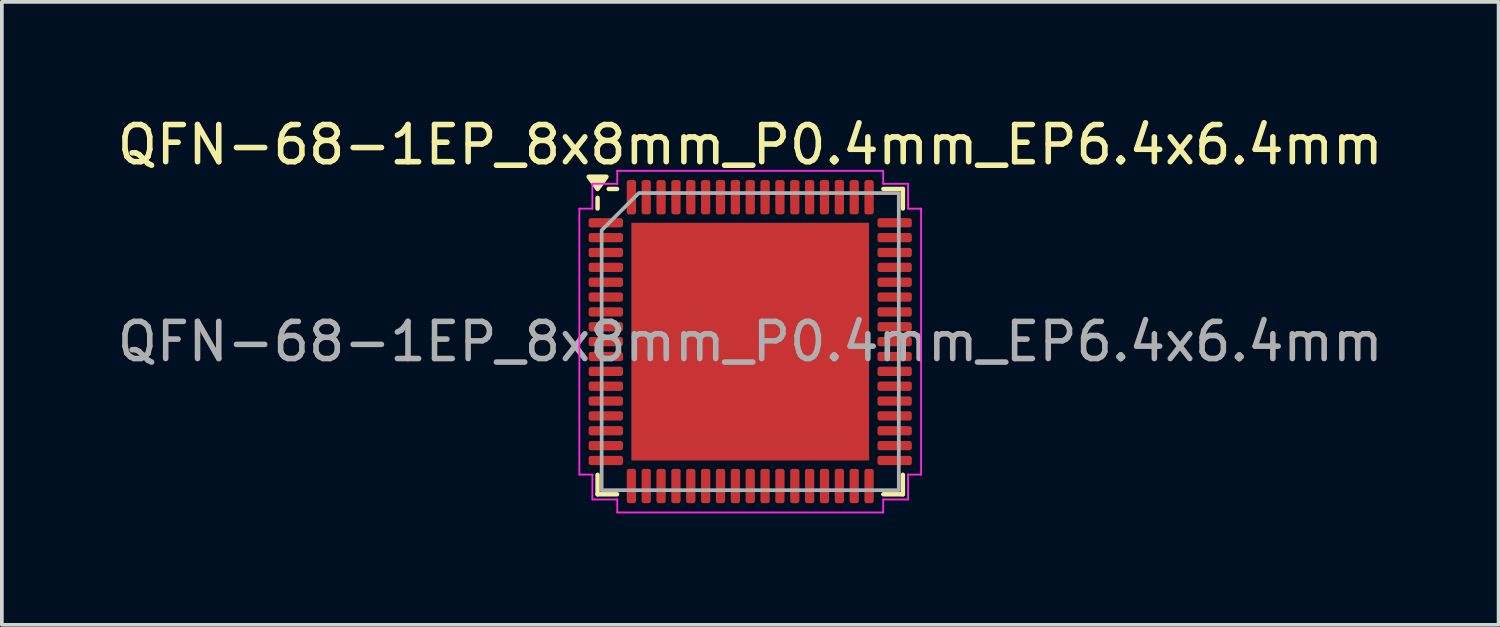
<source format=kicad_pcb>
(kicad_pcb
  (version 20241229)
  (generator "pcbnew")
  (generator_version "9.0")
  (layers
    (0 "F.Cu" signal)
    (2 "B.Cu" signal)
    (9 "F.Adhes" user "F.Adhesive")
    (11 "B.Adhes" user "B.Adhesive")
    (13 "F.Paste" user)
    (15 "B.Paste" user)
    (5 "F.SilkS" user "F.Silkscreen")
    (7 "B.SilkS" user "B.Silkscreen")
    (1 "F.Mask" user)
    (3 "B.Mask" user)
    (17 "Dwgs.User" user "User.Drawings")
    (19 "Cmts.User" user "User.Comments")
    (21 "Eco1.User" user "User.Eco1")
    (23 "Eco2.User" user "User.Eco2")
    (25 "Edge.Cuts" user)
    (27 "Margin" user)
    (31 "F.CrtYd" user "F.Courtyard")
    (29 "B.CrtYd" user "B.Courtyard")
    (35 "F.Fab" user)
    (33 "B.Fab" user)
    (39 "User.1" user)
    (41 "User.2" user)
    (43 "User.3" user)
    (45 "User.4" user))
  (footprint "QFN-68-1EP_8x8mm_P0.4mm_EP6.4x6.4mm"
    (layer "F.Cu")
    (at 17.149 6.148)
    (property "Reference" "QFN-68-1EP_8x8mm_P0.4mm_EP6.4x6.4mm" (at 0 -5.3 0) (layer "F.SilkS") (effects (font (size 1 1) (thickness 0.15))))
    (attr smd)
    (fp_line (start -4.11 -3.585) (end -4.11 -3.87) (stroke (width 0.12) (type solid)) (layer "F.SilkS"))
    (fp_line (start -4.11 4.11) (end -4.11 3.585) (stroke (width 0.12) (type solid)) (layer "F.SilkS"))
    (fp_line (start -3.585 -4.11) (end -3.81 -4.11) (stroke (width 0.12) (type solid)) (layer "F.SilkS"))
    (fp_line (start -3.585 4.11) (end -4.11 4.11) (stroke (width 0.12) (type solid)) (layer "F.SilkS"))
    (fp_line (start 3.585 -4.11) (end 4.11 -4.11) (stroke (width 0.12) (type solid)) (layer "F.SilkS"))
    (fp_line (start 3.585 4.11) (end 4.11 4.11) (stroke (width 0.12) (type solid)) (layer "F.SilkS"))
    (fp_line (start 4.11 -4.11) (end 4.11 -3.585) (stroke (width 0.12) (type solid)) (layer "F.SilkS"))
    (fp_line (start 4.11 4.11) (end 4.11 3.585) (stroke (width 0.12) (type solid)) (layer "F.SilkS"))
    (fp_poly (pts (xy -4.11 -4.11) (xy -4.35 -4.44) (xy -3.87 -4.44)) (stroke (width 0.12) (type solid)) (fill yes) (layer "F.SilkS"))
    (fp_line (start -4.6 -3.58) (end -4.25 -3.58) (stroke (width 0.05) (type solid)) (layer "F.CrtYd"))
    (fp_line (start -4.6 3.58) (end -4.6 -3.58) (stroke (width 0.05) (type solid)) (layer "F.CrtYd"))
    (fp_line (start -4.25 -4.25) (end -3.58 -4.25) (stroke (width 0.05) (type solid)) (layer "F.CrtYd"))
    (fp_line (start -4.25 -3.58) (end -4.25 -4.25) (stroke (width 0.05) (type solid)) (layer "F.CrtYd"))
    (fp_line (start -4.25 3.58) (end -4.6 3.58) (stroke (width 0.05) (type solid)) (layer "F.CrtYd"))
    (fp_line (start -4.25 4.25) (end -4.25 3.58) (stroke (width 0.05) (type solid)) (layer "F.CrtYd"))
    (fp_line (start -3.58 -4.6) (end 3.58 -4.6) (stroke (width 0.05) (type solid)) (layer "F.CrtYd"))
    (fp_line (start -3.58 -4.25) (end -3.58 -4.6) (stroke (width 0.05) (type solid)) (layer "F.CrtYd"))
    (fp_line (start -3.58 4.25) (end -4.25 4.25) (stroke (width 0.05) (type solid)) (layer "F.CrtYd"))
    (fp_line (start -3.58 4.6) (end -3.58 4.25) (stroke (width 0.05) (type solid)) (layer "F.CrtYd"))
    (fp_line (start 3.58 -4.6) (end 3.58 -4.25) (stroke (width 0.05) (type solid)) (layer "F.CrtYd"))
    (fp_line (start 3.58 -4.25) (end 4.25 -4.25) (stroke (width 0.05) (type solid)) (layer "F.CrtYd"))
    (fp_line (start 3.58 4.25) (end 3.58 4.6) (stroke (width 0.05) (type solid)) (layer "F.CrtYd"))
    (fp_line (start 3.58 4.6) (end -3.58 4.6) (stroke (width 0.05) (type solid)) (layer "F.CrtYd"))
    (fp_line (start 4.25 -4.25) (end 4.25 -3.58) (stroke (width 0.05) (type solid)) (layer "F.CrtYd"))
    (fp_line (start 4.25 -3.58) (end 4.6 -3.58) (stroke (width 0.05) (type solid)) (layer "F.CrtYd"))
    (fp_line (start 4.25 3.58) (end 4.25 4.25) (stroke (width 0.05) (type solid)) (layer "F.CrtYd"))
    (fp_line (start 4.25 4.25) (end 3.58 4.25) (stroke (width 0.05) (type solid)) (layer "F.CrtYd"))
    (fp_line (start 4.6 -3.58) (end 4.6 3.58) (stroke (width 0.05) (type solid)) (layer "F.CrtYd"))
    (fp_line (start 4.6 3.58) (end 4.25 3.58) (stroke (width 0.05) (type solid)) (layer "F.CrtYd"))
    (fp_poly (pts (xy -4 -3) (xy -4 4) (xy 4 4) (xy 4 -4) (xy -3 -4)) (stroke (width 0.1) (type solid)) (fill no) (layer "F.Fab"))
    (fp_text user "${REFERENCE}" (at 0 0 0) (layer "F.Fab") (effects (font (size 1 1) (thickness 0.15))))
    (pad "" smd roundrect (at -2.4 -2.4) (size 1.29 1.29) (layers "F.Paste") (roundrect_rratio 0.194))
    (pad "" smd roundrect (at -2.4 -0.8) (size 1.29 1.29) (layers "F.Paste") (roundrect_rratio 0.194))
    (pad "" smd roundrect (at -2.4 0.8) (size 1.29 1.29) (layers "F.Paste") (roundrect_rratio 0.194))
    (pad "" smd roundrect (at -2.4 2.4) (size 1.29 1.29) (layers "F.Paste") (roundrect_rratio 0.194))
    (pad "" smd roundrect (at -0.8 -2.4) (size 1.29 1.29) (layers "F.Paste") (roundrect_rratio 0.194))
    (pad "" smd roundrect (at -0.8 -0.8) (size 1.29 1.29) (layers "F.Paste") (roundrect_rratio 0.194))
    (pad "" smd roundrect (at -0.8 0.8) (size 1.29 1.29) (layers "F.Paste") (roundrect_rratio 0.194))
    (pad "" smd roundrect (at -0.8 2.4) (size 1.29 1.29) (layers "F.Paste") (roundrect_rratio 0.194))
    (pad "" smd roundrect (at 0.8 -2.4) (size 1.29 1.29) (layers "F.Paste") (roundrect_rratio 0.194))
    (pad "" smd roundrect (at 0.8 -0.8) (size 1.29 1.29) (layers "F.Paste") (roundrect_rratio 0.194))
    (pad "" smd roundrect (at 0.8 0.8) (size 1.29 1.29) (layers "F.Paste") (roundrect_rratio 0.194))
    (pad "" smd roundrect (at 0.8 2.4) (size 1.29 1.29) (layers "F.Paste") (roundrect_rratio 0.194))
    (pad "" smd roundrect (at 2.4 -2.4) (size 1.29 1.29) (layers "F.Paste") (roundrect_rratio 0.194))
    (pad "" smd roundrect (at 2.4 -0.8) (size 1.29 1.29) (layers "F.Paste") (roundrect_rratio 0.194))
    (pad "" smd roundrect (at 2.4 0.8) (size 1.29 1.29) (layers "F.Paste") (roundrect_rratio 0.194))
    (pad "" smd roundrect (at 2.4 2.4) (size 1.29 1.29) (layers "F.Paste") (roundrect_rratio 0.194))
    (pad "1" smd roundrect (at -3.888 -3.2) (size 0.925 0.25) (layers "F.Cu" "F.Mask" "F.Paste") (roundrect_rratio 0.25))
    (pad "2" smd roundrect (at -3.888 -2.8) (size 0.925 0.25) (layers "F.Cu" "F.Mask" "F.Paste") (roundrect_rratio 0.25))
    (pad "3" smd roundrect (at -3.888 -2.4) (size 0.925 0.25) (layers "F.Cu" "F.Mask" "F.Paste") (roundrect_rratio 0.25))
    (pad "4" smd roundrect (at -3.888 -2) (size 0.925 0.25) (layers "F.Cu" "F.Mask" "F.Paste") (roundrect_rratio 0.25))
    (pad "5" smd roundrect (at -3.888 -1.6) (size 0.925 0.25) (layers "F.Cu" "F.Mask" "F.Paste") (roundrect_rratio 0.25))
    (pad "6" smd roundrect (at -3.888 -1.2) (size 0.925 0.25) (layers "F.Cu" "F.Mask" "F.Paste") (roundrect_rratio 0.25))
    (pad "7" smd roundrect (at -3.888 -0.8) (size 0.925 0.25) (layers "F.Cu" "F.Mask" "F.Paste") (roundrect_rratio 0.25))
    (pad "8" smd roundrect (at -3.888 -0.4) (size 0.925 0.25) (layers "F.Cu" "F.Mask" "F.Paste") (roundrect_rratio 0.25))
    (pad "9" smd roundrect (at -3.888 0) (size 0.925 0.25) (layers "F.Cu" "F.Mask" "F.Paste") (roundrect_rratio 0.25))
    (pad "10" smd roundrect (at -3.888 0.4) (size 0.925 0.25) (layers "F.Cu" "F.Mask" "F.Paste") (roundrect_rratio 0.25))
    (pad "11" smd roundrect (at -3.888 0.8) (size 0.925 0.25) (layers "F.Cu" "F.Mask" "F.Paste") (roundrect_rratio 0.25))
    (pad "12" smd roundrect (at -3.888 1.2) (size 0.925 0.25) (layers "F.Cu" "F.Mask" "F.Paste") (roundrect_rratio 0.25))
    (pad "13" smd roundrect (at -3.888 1.6) (size 0.925 0.25) (layers "F.Cu" "F.Mask" "F.Paste") (roundrect_rratio 0.25))
    (pad "14" smd roundrect (at -3.888 2) (size 0.925 0.25) (layers "F.Cu" "F.Mask" "F.Paste") (roundrect_rratio 0.25))
    (pad "15" smd roundrect (at -3.888 2.4) (size 0.925 0.25) (layers "F.Cu" "F.Mask" "F.Paste") (roundrect_rratio 0.25))
    (pad "16" smd roundrect (at -3.888 2.8) (size 0.925 0.25) (layers "F.Cu" "F.Mask" "F.Paste") (roundrect_rratio 0.25))
    (pad "17" smd roundrect (at -3.888 3.2) (size 0.925 0.25) (layers "F.Cu" "F.Mask" "F.Paste") (roundrect_rratio 0.25))
    (pad "18" smd roundrect (at -3.2 3.888) (size 0.25 0.925) (layers "F.Cu" "F.Mask" "F.Paste") (roundrect_rratio 0.25))
    (pad "19" smd roundrect (at -2.8 3.888) (size 0.25 0.925) (layers "F.Cu" "F.Mask" "F.Paste") (roundrect_rratio 0.25))
    (pad "20" smd roundrect (at -2.4 3.888) (size 0.25 0.925) (layers "F.Cu" "F.Mask" "F.Paste") (roundrect_rratio 0.25))
    (pad "21" smd roundrect (at -2 3.888) (size 0.25 0.925) (layers "F.Cu" "F.Mask" "F.Paste") (roundrect_rratio 0.25))
    (pad "22" smd roundrect (at -1.6 3.888) (size 0.25 0.925) (layers "F.Cu" "F.Mask" "F.Paste") (roundrect_rratio 0.25))
    (pad "23" smd roundrect (at -1.2 3.888) (size 0.25 0.925) (layers "F.Cu" "F.Mask" "F.Paste") (roundrect_rratio 0.25))
    (pad "24" smd roundrect (at -0.8 3.888) (size 0.25 0.925) (layers "F.Cu" "F.Mask" "F.Paste") (roundrect_rratio 0.25))
    (pad "25" smd roundrect (at -0.4 3.888) (size 0.25 0.925) (layers "F.Cu" "F.Mask" "F.Paste") (roundrect_rratio 0.25))
    (pad "26" smd roundrect (at 0 3.888) (size 0.25 0.925) (layers "F.Cu" "F.Mask" "F.Paste") (roundrect_rratio 0.25))
    (pad "27" smd roundrect (at 0.4 3.888) (size 0.25 0.925) (layers "F.Cu" "F.Mask" "F.Paste") (roundrect_rratio 0.25))
    (pad "28" smd roundrect (at 0.8 3.888) (size 0.25 0.925) (layers "F.Cu" "F.Mask" "F.Paste") (roundrect_rratio 0.25))
    (pad "29" smd roundrect (at 1.2 3.888) (size 0.25 0.925) (layers "F.Cu" "F.Mask" "F.Paste") (roundrect_rratio 0.25))
    (pad "30" smd roundrect (at 1.6 3.888) (size 0.25 0.925) (layers "F.Cu" "F.Mask" "F.Paste") (roundrect_rratio 0.25))
    (pad "31" smd roundrect (at 2 3.888) (size 0.25 0.925) (layers "F.Cu" "F.Mask" "F.Paste") (roundrect_rratio 0.25))
    (pad "32" smd roundrect (at 2.4 3.888) (size 0.25 0.925) (layers "F.Cu" "F.Mask" "F.Paste") (roundrect_rratio 0.25))
    (pad "33" smd roundrect (at 2.8 3.888) (size 0.25 0.925) (layers "F.Cu" "F.Mask" "F.Paste") (roundrect_rratio 0.25))
    (pad "34" smd roundrect (at 3.2 3.888) (size 0.25 0.925) (layers "F.Cu" "F.Mask" "F.Paste") (roundrect_rratio 0.25))
    (pad "35" smd roundrect (at 3.888 3.2) (size 0.925 0.25) (layers "F.Cu" "F.Mask" "F.Paste") (roundrect_rratio 0.25))
    (pad "36" smd roundrect (at 3.888 2.8) (size 0.925 0.25) (layers "F.Cu" "F.Mask" "F.Paste") (roundrect_rratio 0.25))
    (pad "37" smd roundrect (at 3.888 2.4) (size 0.925 0.25) (layers "F.Cu" "F.Mask" "F.Paste") (roundrect_rratio 0.25))
    (pad "38" smd roundrect (at 3.888 2) (size 0.925 0.25) (layers "F.Cu" "F.Mask" "F.Paste") (roundrect_rratio 0.25))
    (pad "39" smd roundrect (at 3.888 1.6) (size 0.925 0.25) (layers "F.Cu" "F.Mask" "F.Paste") (roundrect_rratio 0.25))
    (pad "40" smd roundrect (at 3.888 1.2) (size 0.925 0.25) (layers "F.Cu" "F.Mask" "F.Paste") (roundrect_rratio 0.25))
    (pad "41" smd roundrect (at 3.888 0.8) (size 0.925 0.25) (layers "F.Cu" "F.Mask" "F.Paste") (roundrect_rratio 0.25))
    (pad "42" smd roundrect (at 3.888 0.4) (size 0.925 0.25) (layers "F.Cu" "F.Mask" "F.Paste") (roundrect_rratio 0.25))
    (pad "43" smd roundrect (at 3.888 0) (size 0.925 0.25) (layers "F.Cu" "F.Mask" "F.Paste") (roundrect_rratio 0.25))
    (pad "44" smd roundrect (at 3.888 -0.4) (size 0.925 0.25) (layers "F.Cu" "F.Mask" "F.Paste") (roundrect_rratio 0.25))
    (pad "45" smd roundrect (at 3.888 -0.8) (size 0.925 0.25) (layers "F.Cu" "F.Mask" "F.Paste") (roundrect_rratio 0.25))
    (pad "46" smd roundrect (at 3.888 -1.2) (size 0.925 0.25) (layers "F.Cu" "F.Mask" "F.Paste") (roundrect_rratio 0.25))
    (pad "47" smd roundrect (at 3.888 -1.6) (size 0.925 0.25) (layers "F.Cu" "F.Mask" "F.Paste") (roundrect_rratio 0.25))
    (pad "48" smd roundrect (at 3.888 -2) (size 0.925 0.25) (layers "F.Cu" "F.Mask" "F.Paste") (roundrect_rratio 0.25))
    (pad "49" smd roundrect (at 3.888 -2.4) (size 0.925 0.25) (layers "F.Cu" "F.Mask" "F.Paste") (roundrect_rratio 0.25))
    (pad "50" smd roundrect (at 3.888 -2.8) (size 0.925 0.25) (layers "F.Cu" "F.Mask" "F.Paste") (roundrect_rratio 0.25))
    (pad "51" smd roundrect (at 3.888 -3.2) (size 0.925 0.25) (layers "F.Cu" "F.Mask" "F.Paste") (roundrect_rratio 0.25))
    (pad "52" smd roundrect (at 3.2 -3.888) (size 0.25 0.925) (layers "F.Cu" "F.Mask" "F.Paste") (roundrect_rratio 0.25))
    (pad "53" smd roundrect (at 2.8 -3.888) (size 0.25 0.925) (layers "F.Cu" "F.Mask" "F.Paste") (roundrect_rratio 0.25))
    (pad "54" smd roundrect (at 2.4 -3.888) (size 0.25 0.925) (layers "F.Cu" "F.Mask" "F.Paste") (roundrect_rratio 0.25))
    (pad "55" smd roundrect (at 2 -3.888) (size 0.25 0.925) (layers "F.Cu" "F.Mask" "F.Paste") (roundrect_rratio 0.25))
    (pad "56" smd roundrect (at 1.6 -3.888) (size 0.25 0.925) (layers "F.Cu" "F.Mask" "F.Paste") (roundrect_rratio 0.25))
    (pad "57" smd roundrect (at 1.2 -3.888) (size 0.25 0.925) (layers "F.Cu" "F.Mask" "F.Paste") (roundrect_rratio 0.25))
    (pad "58" smd roundrect (at 0.8 -3.888) (size 0.25 0.925) (layers "F.Cu" "F.Mask" "F.Paste") (roundrect_rratio 0.25))
    (pad "59" smd roundrect (at 0.4 -3.888) (size 0.25 0.925) (layers "F.Cu" "F.Mask" "F.Paste") (roundrect_rratio 0.25))
    (pad "60" smd roundrect (at 0 -3.888) (size 0.25 0.925) (layers "F.Cu" "F.Mask" "F.Paste") (roundrect_rratio 0.25))
    (pad "61" smd roundrect (at -0.4 -3.888) (size 0.25 0.925) (layers "F.Cu" "F.Mask" "F.Paste") (roundrect_rratio 0.25))
    (pad "62" smd roundrect (at -0.8 -3.888) (size 0.25 0.925) (layers "F.Cu" "F.Mask" "F.Paste") (roundrect_rratio 0.25))
    (pad "63" smd roundrect (at -1.2 -3.888) (size 0.25 0.925) (layers "F.Cu" "F.Mask" "F.Paste") (roundrect_rratio 0.25))
    (pad "64" smd roundrect (at -1.6 -3.888) (size 0.25 0.925) (layers "F.Cu" "F.Mask" "F.Paste") (roundrect_rratio 0.25))
    (pad "65" smd roundrect (at -2 -3.888) (size 0.25 0.925) (layers "F.Cu" "F.Mask" "F.Paste") (roundrect_rratio 0.25))
    (pad "66" smd roundrect (at -2.4 -3.888) (size 0.25 0.925) (layers "F.Cu" "F.Mask" "F.Paste") (roundrect_rratio 0.25))
    (pad "67" smd roundrect (at -2.8 -3.888) (size 0.25 0.925) (layers "F.Cu" "F.Mask" "F.Paste") (roundrect_rratio 0.25))
    (pad "68" smd roundrect (at -3.2 -3.888) (size 0.25 0.925) (layers "F.Cu" "F.Mask" "F.Paste") (roundrect_rratio 0.25))
    (pad "69" smd rect (at 0 0) (size 6.4 6.4) (property pad_prop_heatsink) (layers "F.Cu" "F.Mask")))
  (gr_rect
    (start -3 -3)
    (end 37.298 13.773)
    (stroke (width 0.1) (type default))
    (fill no)
    (layer "Edge.Cuts")))
</source>
